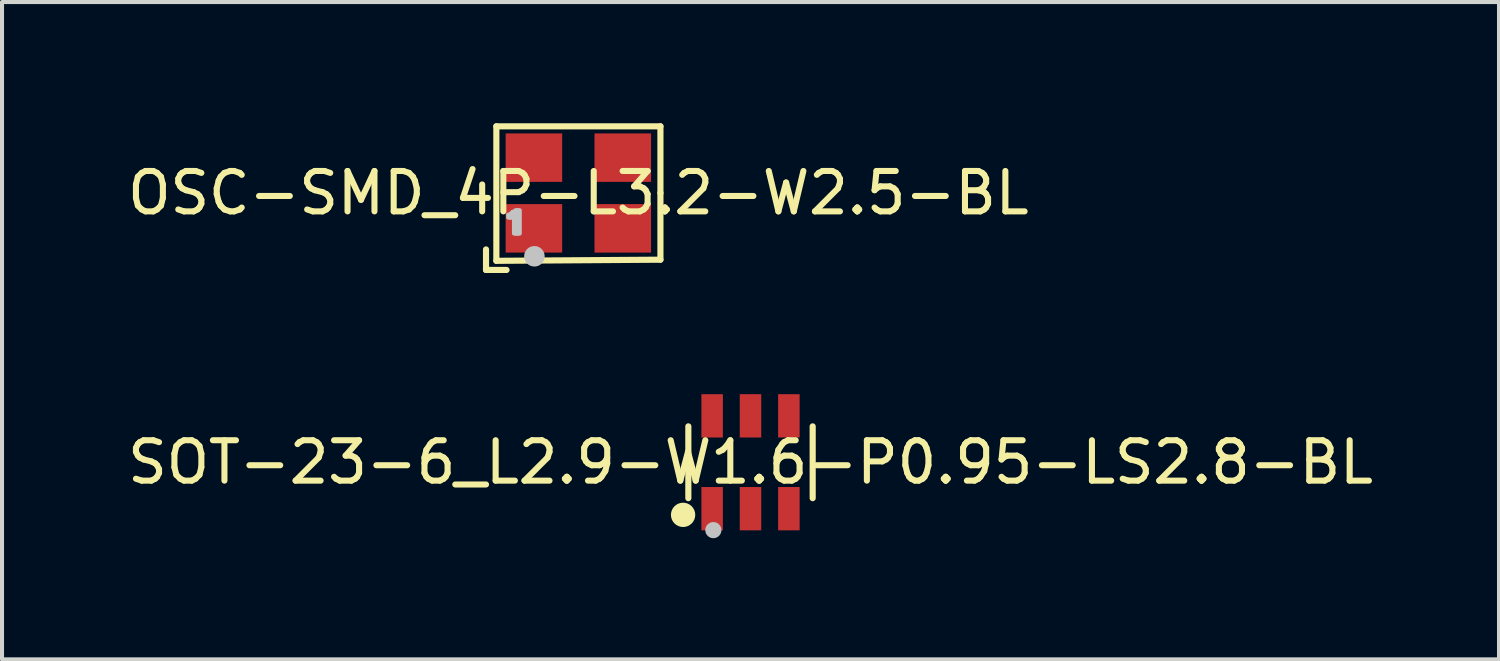
<source format=kicad_pcb>
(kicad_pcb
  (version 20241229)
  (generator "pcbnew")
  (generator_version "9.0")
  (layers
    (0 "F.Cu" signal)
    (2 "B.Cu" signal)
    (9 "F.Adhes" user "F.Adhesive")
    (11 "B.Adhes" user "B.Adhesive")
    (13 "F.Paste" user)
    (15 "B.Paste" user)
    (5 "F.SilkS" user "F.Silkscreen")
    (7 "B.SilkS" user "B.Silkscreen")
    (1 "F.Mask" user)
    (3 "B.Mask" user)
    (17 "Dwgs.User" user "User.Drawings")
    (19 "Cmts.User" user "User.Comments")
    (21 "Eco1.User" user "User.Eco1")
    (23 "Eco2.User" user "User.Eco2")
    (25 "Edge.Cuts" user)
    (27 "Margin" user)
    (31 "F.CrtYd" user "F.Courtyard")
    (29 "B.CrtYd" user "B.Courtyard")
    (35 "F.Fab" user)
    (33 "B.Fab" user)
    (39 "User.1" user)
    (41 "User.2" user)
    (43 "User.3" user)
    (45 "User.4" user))
  (footprint "OSC-SMD_4P-L3.2-W2.5-BL"
    (layer "F.Cu")
    (at 11.268 1.728)
    (property "Reference" "OSC-SMD_4P-L3.2-W2.5-BL" (at 0 0 0) (unlocked yes) (layer "F.SilkS") (effects (font (size 1 1) (thickness 0.15))))
    (fp_line (start -2.286 1.397) (end -2.286 1.905) (stroke (width 0.152) (type default)) (layer "F.SilkS"))
    (fp_line (start -2.286 1.905) (end -1.778 1.905) (stroke (width 0.152) (type default)) (layer "F.SilkS"))
    (fp_line (start -2.03 -1.651) (end 2.032 -1.651) (stroke (width 0.152) (type default)) (layer "F.SilkS"))
    (fp_line (start -2.03 1.679) (end -2.03 -1.651) (stroke (width 0.152) (type default)) (layer "F.SilkS"))
    (fp_line (start 2.032 -1.651) (end 2.032 0) (stroke (width 0.152) (type default)) (layer "F.SilkS"))
    (fp_line (start 2.032 0) (end 2.032 1.651) (stroke (width 0.152) (type default)) (layer "F.SilkS"))
    (fp_line (start 2.032 1.651) (end -2.03 1.679) (stroke (width 0.152) (type default)) (layer "F.SilkS"))
    (fp_circle (center -1.088 1.567) (end -0.961 1.567) (stroke (width 0.254) (type default)) (fill no) (layer "Dwgs.User"))
    (fp_poly (pts (xy -1.738 0.536) (xy -1.702 0.536) (xy -1.702 0.608) (xy -1.738 0.608)) (stroke (width 0.1) (type default)) (fill no) (layer "Dwgs.User"))
    (fp_poly (pts (xy -1.702 0.536) (xy -1.666 0.536) (xy -1.666 0.608) (xy -1.702 0.608)) (stroke (width 0.1) (type default)) (fill no) (layer "Dwgs.User"))
    (fp_poly (pts (xy -1.666 0.5) (xy -1.63 0.5) (xy -1.63 0.608) (xy -1.666 0.608)) (stroke (width 0.1) (type default)) (fill no) (layer "Dwgs.User"))
    (fp_poly (pts (xy -1.63 0.464) (xy -1.594 0.464) (xy -1.594 0.572) (xy -1.63 0.572)) (stroke (width 0.1) (type default)) (fill no) (layer "Dwgs.User"))
    (fp_poly (pts (xy -1.594 0.464) (xy -1.558 0.464) (xy -1.558 1.004) (xy -1.594 1.004)) (stroke (width 0.1) (type default)) (fill no) (layer "Dwgs.User"))
    (fp_poly (pts (xy -1.558 0.428) (xy -1.522 0.428) (xy -1.522 1.004) (xy -1.558 1.004)) (stroke (width 0.1) (type default)) (fill no) (layer "Dwgs.User"))
    (fp_poly (pts (xy -1.522 0.428) (xy -1.486 0.428) (xy -1.486 1.004) (xy -1.522 1.004)) (stroke (width 0.1) (type default)) (fill no) (layer "Dwgs.User"))
    (fp_poly (pts (xy -1.486 0.428) (xy -1.45 0.428) (xy -1.45 1.004) (xy -1.486 1.004)) (stroke (width 0.1) (type default)) (fill no) (layer "Dwgs.User"))
    (fp_poly (pts (xy -1.5 -1.249) (xy -0.6 -1.249) (xy -0.6 -0.449) (xy -1.5 -0.449)) (stroke (width 0.1) (type default)) (fill no) (layer "User.1"))
    (fp_poly (pts (xy -1.5 0.449) (xy -0.6 0.449) (xy -0.6 1.249) (xy -1.5 1.249)) (stroke (width 0.1) (type default)) (fill no) (layer "User.1"))
    (fp_poly (pts (xy 0.6 -1.249) (xy 1.5 -1.249) (xy 1.5 -0.449) (xy 0.6 -0.449)) (stroke (width 0.1) (type default)) (fill no) (layer "User.1"))
    (fp_poly (pts (xy 0.6 0.449) (xy 1.5 0.449) (xy 1.5 1.249) (xy 0.6 1.249)) (stroke (width 0.1) (type default)) (fill no) (layer "User.1"))
    (fp_line (start -1.6 -1.25) (end 1.6 -1.25) (stroke (width 0.051) (type default)) (layer "User.2"))
    (fp_line (start -1.6 1.25) (end -1.6 -1.25) (stroke (width 0.051) (type default)) (layer "User.2"))
    (fp_line (start 1.6 -1.25) (end 1.6 1.25) (stroke (width 0.051) (type default)) (layer "User.2"))
    (fp_line (start 1.6 1.25) (end -1.6 1.25) (stroke (width 0.051) (type default)) (layer "User.2"))
    (fp_poly (pts (xy -1.54 1.25) (xy -1.558 1.208) (xy -1.6 1.19) (xy -1.642 1.208) (xy -1.66 1.25) (xy -1.642 1.292) (xy -1.6 1.31) (xy -1.558 1.292)) (stroke (width 0.1) (type default)) (fill no) (layer "User.3"))
    (pad "1" smd rect (at -1.1 0.875) (size 1.4 1.2) (layers "F.Cu" "F.Mask" "F.Paste"))
    (pad "2" smd rect (at 1.1 0.875) (size 1.4 1.2) (layers "F.Cu" "F.Mask" "F.Paste"))
    (pad "3" smd rect (at 1.1 -0.875) (size 1.4 1.2) (layers "F.Cu" "F.Mask" "F.Paste"))
    (pad "4" smd rect (at -1.1 -0.875) (size 1.4 1.2) (layers "F.Cu" "F.Mask" "F.Paste")))
  (footprint "SOT-23-6_L2.9-W1.6-P0.95-LS2.8-BL"
    (layer "F.Cu")
    (at 15.53 8.394)
    (property "Reference" "SOT-23-6_L2.9-W1.6-P0.95-LS2.8-BL" (at 0 0 0) (unlocked yes) (layer "F.SilkS") (effects (font (size 1 1) (thickness 0.15))))
    (fp_line (start -1.539 0.889) (end -1.539 -0.889) (stroke (width 0.152) (type default)) (layer "F.SilkS"))
    (fp_line (start 1.539 0.889) (end 1.539 -0.889) (stroke (width 0.152) (type default)) (layer "F.SilkS"))
    (fp_circle (center -1.669 1.302) (end -1.518 1.302) (stroke (width 0.3) (type default)) (fill no) (layer "F.SilkS"))
    (fp_circle (center -0.92 1.68) (end -0.82 1.68) (stroke (width 0.2) (type default)) (fill no) (layer "Dwgs.User"))
    (fp_poly (pts (xy -1.165 -0.935) (xy -0.735 -0.935) (xy -0.735 -0.803) (xy -1.165 -0.803)) (stroke (width 0.1) (type default)) (fill no) (layer "User.1"))
    (fp_poly (pts (xy -1.165 -0.925) (xy -0.735 -0.925) (xy -0.735 -1.4) (xy -1.165 -1.4)) (stroke (width 0.1) (type default)) (fill no) (layer "User.1"))
    (fp_poly (pts (xy -1.165 0.803) (xy -0.735 0.803) (xy -0.735 0.935) (xy -1.165 0.935)) (stroke (width 0.1) (type default)) (fill no) (layer "User.1"))
    (fp_poly (pts (xy -1.165 0.925) (xy -0.735 0.925) (xy -0.735 1.4) (xy -1.165 1.4)) (stroke (width 0.1) (type default)) (fill no) (layer "User.1"))
    (fp_poly (pts (xy -0.215 -0.935) (xy 0.215 -0.935) (xy 0.215 -0.803) (xy -0.215 -0.803)) (stroke (width 0.1) (type default)) (fill no) (layer "User.1"))
    (fp_poly (pts (xy -0.215 -0.925) (xy 0.215 -0.925) (xy 0.215 -1.4) (xy -0.215 -1.4)) (stroke (width 0.1) (type default)) (fill no) (layer "User.1"))
    (fp_poly (pts (xy -0.215 0.803) (xy 0.215 0.803) (xy 0.215 0.935) (xy -0.215 0.935)) (stroke (width 0.1) (type default)) (fill no) (layer "User.1"))
    (fp_poly (pts (xy -0.215 0.925) (xy 0.215 0.925) (xy 0.215 1.4) (xy -0.215 1.4)) (stroke (width 0.1) (type default)) (fill no) (layer "User.1"))
    (fp_poly (pts (xy 0.735 -0.935) (xy 1.165 -0.935) (xy 1.165 -0.803) (xy 0.735 -0.803)) (stroke (width 0.1) (type default)) (fill no) (layer "User.1"))
    (fp_poly (pts (xy 0.735 -0.925) (xy 1.165 -0.925) (xy 1.165 -1.4) (xy 0.735 -1.4)) (stroke (width 0.1) (type default)) (fill no) (layer "User.1"))
    (fp_poly (pts (xy 0.735 0.803) (xy 1.165 0.803) (xy 1.165 0.935) (xy 0.735 0.935)) (stroke (width 0.1) (type default)) (fill no) (layer "User.1"))
    (fp_poly (pts (xy 0.735 0.925) (xy 1.165 0.925) (xy 1.165 1.4) (xy 0.735 1.4)) (stroke (width 0.1) (type default)) (fill no) (layer "User.1"))
    (fp_line (start -1.463 -0.813) (end 1.463 -0.813) (stroke (width 0.051) (type default)) (layer "User.2"))
    (fp_line (start -1.463 0.813) (end -1.463 -0.813) (stroke (width 0.051) (type default)) (layer "User.2"))
    (fp_line (start 1.463 -0.813) (end 1.463 0.813) (stroke (width 0.051) (type default)) (layer "User.2"))
    (fp_line (start 1.463 0.813) (end -1.463 0.813) (stroke (width 0.051) (type default)) (layer "User.2"))
    (fp_poly (pts (xy -1.403 1.4) (xy -1.421 1.358) (xy -1.463 1.34) (xy -1.505 1.358) (xy -1.523 1.4) (xy -1.505 1.442) (xy -1.463 1.46) (xy -1.421 1.442)) (stroke (width 0.1) (type default)) (fill no) (layer "User.3"))
    (pad "1" smd rect (at -0.95 1.149) (size 0.532 1.072) (layers "F.Cu" "F.Mask" "F.Paste"))
    (pad "2" smd rect (at 0 1.149) (size 0.532 1.072) (layers "F.Cu" "F.Mask" "F.Paste"))
    (pad "3" smd rect (at 0.95 1.149) (size 0.532 1.072) (layers "F.Cu" "F.Mask" "F.Paste"))
    (pad "4" smd rect (at 0.95 -1.149) (size 0.532 1.072) (layers "F.Cu" "F.Mask" "F.Paste"))
    (pad "5" smd rect (at 0 -1.149) (size 0.532 1.072) (layers "F.Cu" "F.Mask" "F.Paste"))
    (pad "6" smd rect (at -0.95 -1.149) (size 0.532 1.072) (layers "F.Cu" "F.Mask" "F.Paste")))
  (gr_rect
    (start -3 -3)
    (end 34.06 13.274)
    (stroke (width 0.1) (type default))
    (fill no)
    (layer "Edge.Cuts")))
</source>
